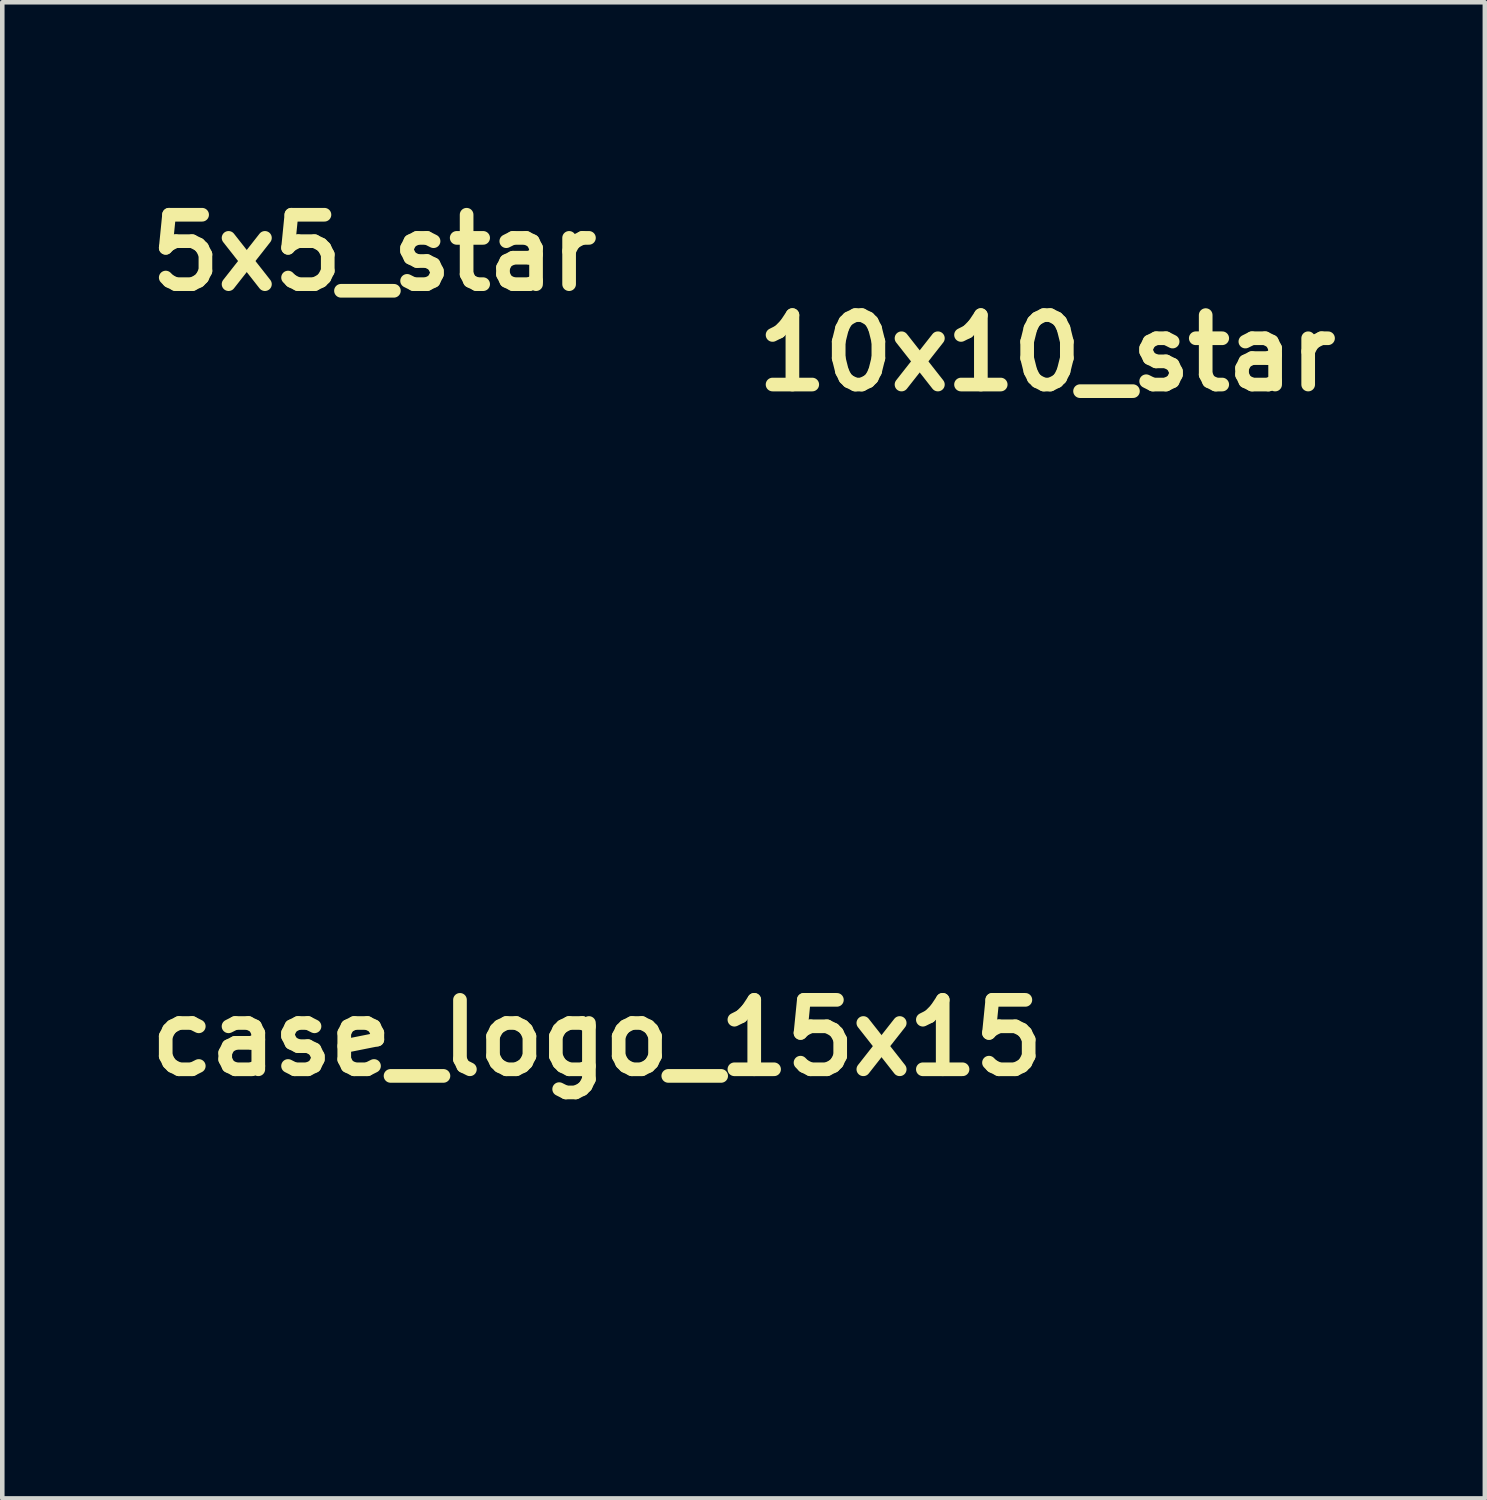
<source format=kicad_pcb>
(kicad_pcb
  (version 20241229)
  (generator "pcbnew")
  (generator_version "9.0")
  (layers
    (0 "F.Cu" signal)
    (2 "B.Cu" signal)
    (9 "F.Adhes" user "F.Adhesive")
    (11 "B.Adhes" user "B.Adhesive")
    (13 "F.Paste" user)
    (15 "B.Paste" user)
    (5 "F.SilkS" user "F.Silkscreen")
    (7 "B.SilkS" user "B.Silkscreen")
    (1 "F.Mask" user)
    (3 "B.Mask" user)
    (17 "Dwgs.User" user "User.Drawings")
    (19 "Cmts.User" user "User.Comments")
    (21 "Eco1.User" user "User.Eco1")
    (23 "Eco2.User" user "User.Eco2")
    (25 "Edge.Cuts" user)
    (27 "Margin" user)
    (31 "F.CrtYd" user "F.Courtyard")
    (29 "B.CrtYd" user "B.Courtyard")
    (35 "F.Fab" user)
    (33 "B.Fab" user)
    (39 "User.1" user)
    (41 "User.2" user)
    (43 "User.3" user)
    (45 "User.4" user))
  (footprint "5x5_star"
    (layer "F.Cu")
    (at 5.16 2.498)
    (property "Reference" "5x5_star" (at 0 0 0) (layer "F.SilkS") (effects (font (size 1.524 1.524) (thickness 0.3))))
    (attr through_hole)
    (fp_poly (pts (xy 0.01 -2.472) (xy 0.032 -2.412) (xy 0.065 -2.317) (xy 0.108 -2.191) (xy 0.158 -2.041) (xy 0.214 -1.869) (xy 0.275 -1.682) (xy 0.298 -1.611) (xy 0.361 -1.415) (xy 0.421 -1.23) (xy 0.476 -1.062) (xy 0.524 -0.916) (xy 0.564 -0.797) (xy 0.593 -0.709) (xy 0.611 -0.659) (xy 0.613 -0.653) (xy 0.644 -0.578) (xy 2.635 -0.566) (xy 1.825 0.023) (xy 1.614 0.176) (xy 1.44 0.305) (xy 1.299 0.41) (xy 1.19 0.495) (xy 1.11 0.559) (xy 1.059 0.605) (xy 1.033 0.634) (xy 1.029 0.646) (xy 1.044 0.689) (xy 1.07 0.768) (xy 1.106 0.876) (xy 1.15 1.01) (xy 1.2 1.162) (xy 1.254 1.327) (xy 1.31 1.501) (xy 1.367 1.678) (xy 1.423 1.851) (xy 1.476 2.016) (xy 1.524 2.167) (xy 1.565 2.299) (xy 1.599 2.405) (xy 1.623 2.482) (xy 1.634 2.522) (xy 1.635 2.528) (xy 1.616 2.516) (xy 1.563 2.479) (xy 1.48 2.421) (xy 1.372 2.344) (xy 1.242 2.251) (xy 1.093 2.143) (xy 0.931 2.026) (xy 0.824 1.948) (xy 0.655 1.825) (xy 0.496 1.71) (xy 0.353 1.607) (xy 0.229 1.518) (xy 0.128 1.447) (xy 0.054 1.396) (xy 0.011 1.367) (xy 0.002 1.362) (xy -0.019 1.375) (xy -0.073 1.412) (xy -0.154 1.469) (xy -0.259 1.544) (xy -0.382 1.632) (xy -0.52 1.73) (xy -0.666 1.835) (xy -0.817 1.944) (xy -0.968 2.052) (xy -1.115 2.158) (xy -1.251 2.257) (xy -1.374 2.347) (xy -1.477 2.422) (xy -1.557 2.482) (xy -1.609 2.521) (xy -1.615 2.525) (xy -1.639 2.539) (xy -1.636 2.518) (xy -1.635 2.517) (xy -1.626 2.488) (xy -1.603 2.42) (xy -1.57 2.318) (xy -1.527 2.186) (xy -1.476 2.029) (xy -1.419 1.853) (xy -1.357 1.661) (xy -1.328 1.57) (xy -1.264 1.374) (xy -1.205 1.191) (xy -1.151 1.026) (xy -1.105 0.883) (xy -1.068 0.769) (xy -1.041 0.687) (xy -1.026 0.641) (xy -1.024 0.634) (xy -1.04 0.616) (xy -1.09 0.574) (xy -1.17 0.51) (xy -1.276 0.429) (xy -1.405 0.332) (xy -1.552 0.222) (xy -1.714 0.103) (xy -1.825 0.022) (xy -2.635 -0.566) (xy -1.633 -0.572) (xy -0.631 -0.578) (xy -0.452 -1.126) (xy -0.393 -1.308) (xy -0.329 -1.504) (xy -0.266 -1.701) (xy -0.206 -1.885) (xy -0.155 -2.043) (xy -0.142 -2.083) (xy -0.101 -2.212) (xy -0.063 -2.324) (xy -0.032 -2.413) (xy -0.01 -2.472) (xy 0.001 -2.493) (xy 0.001 -2.493) (xy 0.01 -2.472)) (stroke (width 0.01) (type solid)) (fill yes) (layer "F.Mask")))
  (footprint "case_logo_15x15"
    (layer "F.Cu")
    (at 10.058 19.731)
    (property "Reference" "case_logo_15x15" (at 0 0 0) (layer "F.SilkS") (effects (font (size 1.524 1.524) (thickness 0.3))))
    (attr through_hole)
    (fp_poly (pts (xy -3.922 7.097) (xy -4.436 7.097) (xy -4.436 6.677) (xy -3.922 6.677) (xy -3.922 7.097)) (stroke (width 0.01) (type solid)) (fill yes) (layer "F.Mask"))
    (fp_poly (pts (xy 0.514 7.097) (xy 0 7.097) (xy 0 6.677) (xy 0.514 6.677) (xy 0.514 7.097)) (stroke (width 0.01) (type solid)) (fill yes) (layer "F.Mask"))
    (fp_poly (pts (xy 4.529 7.097) (xy 4.015 7.097) (xy 4.015 6.677) (xy 4.529 6.677) (xy 4.529 7.097)) (stroke (width 0.01) (type solid)) (fill yes) (layer "F.Mask"))
    (fp_poly (pts (xy 6.198 4.727) (xy 7.401 4.739) (xy 7.415 4.914) (xy 7.43 5.089) (xy 5.412 5.089) (xy 5.44 5.673) (xy 6.388 5.686) (xy 7.336 5.698) (xy 7.322 5.849) (xy 7.307 6) (xy 6.362 6.012) (xy 5.416 6.025) (xy 5.416 6.77) (xy 7.424 6.77) (xy 7.424 7.097) (xy 4.996 7.097) (xy 4.996 4.714) (xy 6.198 4.727)) (stroke (width 0.01) (type solid)) (fill yes) (layer "F.Mask"))
    (fp_poly (pts (xy -1.844 4.744) (xy -1.763 4.798) (xy -1.719 4.857) (xy -1.632 4.983) (xy -1.508 5.167) (xy -1.355 5.396) (xy -1.179 5.66) (xy -0.99 5.948) (xy -0.963 5.988) (xy -0.236 7.097) (xy -0.724 7.097) (xy -1.323 6.163) (xy -1.492 5.901) (xy -1.646 5.668) (xy -1.776 5.473) (xy -1.875 5.329) (xy -1.937 5.246) (xy -1.953 5.23) (xy -1.986 5.267) (xy -2.062 5.373) (xy -2.174 5.535) (xy -2.314 5.744) (xy -2.475 5.988) (xy -2.59 6.164) (xy -3.195 7.097) (xy -3.69 7.097) (xy -2.895 5.906) (xy -2.669 5.569) (xy -2.488 5.302) (xy -2.346 5.096) (xy -2.237 4.945) (xy -2.153 4.84) (xy -2.09 4.772) (xy -2.04 4.734) (xy -1.997 4.718) (xy -1.968 4.716) (xy -1.844 4.744)) (stroke (width 0.01) (type solid)) (fill yes) (layer "F.Mask"))
    (fp_poly (pts (xy -4.763 5.089) (xy -5.807 5.089) (xy -6.161 5.09) (xy -6.433 5.094) (xy -6.632 5.101) (xy -6.769 5.112) (xy -6.854 5.127) (xy -6.899 5.148) (xy -6.906 5.154) (xy -6.929 5.228) (xy -6.944 5.384) (xy -6.949 5.627) (xy -6.947 5.935) (xy -6.941 6.207) (xy -6.935 6.401) (xy -6.925 6.532) (xy -6.91 6.614) (xy -6.886 6.662) (xy -6.851 6.692) (xy -6.817 6.71) (xy -6.735 6.733) (xy -6.588 6.749) (xy -6.368 6.761) (xy -6.068 6.768) (xy -5.731 6.77) (xy -4.763 6.77) (xy -4.763 7.097) (xy -5.801 7.095) (xy -6.183 7.092) (xy -6.482 7.086) (xy -6.709 7.075) (xy -6.874 7.06) (xy -6.989 7.038) (xy -7.027 7.027) (xy -7.203 6.94) (xy -7.316 6.817) (xy -7.382 6.636) (xy -7.403 6.511) (xy -7.414 6.361) (xy -7.419 6.158) (xy -7.418 5.922) (xy -7.412 5.677) (xy -7.401 5.442) (xy -7.387 5.241) (xy -7.371 5.094) (xy -7.356 5.032) (xy -7.296 4.957) (xy -7.189 4.87) (xy -7.151 4.845) (xy -7.093 4.812) (xy -7.031 4.786) (xy -6.953 4.766) (xy -6.847 4.752) (xy -6.698 4.742) (xy -6.495 4.734) (xy -6.224 4.728) (xy -5.872 4.723) (xy -5.871 4.723) (xy -4.763 4.706) (xy -4.763 5.089)) (stroke (width 0.01) (type solid)) (fill yes) (layer "F.Mask"))
    (fp_poly (pts (xy 3.595 5.089) (xy 2.525 5.089) (xy 2.173 5.09) (xy 1.904 5.093) (xy 1.704 5.099) (xy 1.564 5.108) (xy 1.47 5.122) (xy 1.412 5.141) (xy 1.381 5.163) (xy 1.319 5.284) (xy 1.315 5.439) (xy 1.356 5.559) (xy 1.38 5.593) (xy 1.42 5.616) (xy 1.49 5.633) (xy 1.603 5.642) (xy 1.775 5.648) (xy 2.018 5.649) (xy 2.19 5.65) (xy 2.579 5.653) (xy 2.886 5.664) (xy 3.124 5.684) (xy 3.305 5.717) (xy 3.441 5.763) (xy 3.543 5.824) (xy 3.607 5.884) (xy 3.676 5.971) (xy 3.715 6.06) (xy 3.732 6.183) (xy 3.735 6.349) (xy 3.722 6.603) (xy 3.677 6.785) (xy 3.594 6.912) (xy 3.481 6.996) (xy 3.424 7.02) (xy 3.346 7.04) (xy 3.234 7.055) (xy 3.078 7.066) (xy 2.866 7.075) (xy 2.587 7.082) (xy 2.228 7.087) (xy 2.136 7.088) (xy 0.934 7.103) (xy 0.934 6.77) (xy 1.996 6.77) (xy 2.376 6.768) (xy 2.673 6.764) (xy 2.898 6.754) (xy 3.06 6.735) (xy 3.171 6.704) (xy 3.241 6.66) (xy 3.28 6.599) (xy 3.298 6.518) (xy 3.306 6.432) (xy 3.313 6.291) (xy 3.305 6.187) (xy 3.271 6.114) (xy 3.198 6.067) (xy 3.074 6.04) (xy 2.888 6.027) (xy 2.628 6.023) (xy 2.433 6.023) (xy 2.044 6.02) (xy 1.736 6.009) (xy 1.498 5.988) (xy 1.317 5.956) (xy 1.181 5.91) (xy 1.079 5.849) (xy 1.016 5.789) (xy 0.94 5.692) (xy 0.902 5.59) (xy 0.888 5.446) (xy 0.887 5.369) (xy 0.894 5.199) (xy 0.921 5.084) (xy 0.981 4.988) (xy 1.016 4.949) (xy 1.091 4.881) (xy 1.188 4.827) (xy 1.318 4.785) (xy 1.491 4.755) (xy 1.718 4.735) (xy 2.009 4.723) (xy 2.377 4.717) (xy 2.65 4.716) (xy 3.595 4.716) (xy 3.595 5.089)) (stroke (width 0.01) (type solid)) (fill yes) (layer "F.Mask"))
    (fp_poly (pts (xy 0.187 -6.794) (xy 0.188 -6.587) (xy 0.195 -6.456) (xy 0.211 -6.385) (xy 0.24 -6.355) (xy 0.274 -6.35) (xy 0.37 -6.324) (xy 0.436 -6.236) (xy 0.482 -6.073) (xy 0.49 -6.023) (xy 0.547 -5.781) (xy 0.625 -5.628) (xy 0.73 -5.565) (xy 0.865 -5.588) (xy 1.035 -5.698) (xy 1.146 -5.796) (xy 1.399 -6.035) (xy 1.645 -5.886) (xy 1.804 -5.785) (xy 1.951 -5.683) (xy 2.025 -5.628) (xy 2.159 -5.521) (xy 2.06 -5.257) (xy 1.984 -5.017) (xy 1.965 -4.846) (xy 2.007 -4.738) (xy 2.113 -4.685) (xy 2.287 -4.681) (xy 2.347 -4.687) (xy 2.559 -4.714) (xy 2.7 -4.724) (xy 2.792 -4.707) (xy 2.858 -4.652) (xy 2.919 -4.55) (xy 2.998 -4.391) (xy 2.999 -4.389) (xy 3.08 -4.218) (xy 3.141 -4.073) (xy 3.172 -3.978) (xy 3.174 -3.963) (xy 3.14 -3.898) (xy 3.048 -3.801) (xy 2.919 -3.693) (xy 2.918 -3.693) (xy 2.773 -3.575) (xy 2.694 -3.484) (xy 2.663 -3.4) (xy 2.661 -3.367) (xy 2.68 -3.261) (xy 2.745 -3.172) (xy 2.871 -3.089) (xy 3.073 -2.998) (xy 3.095 -2.99) (xy 3.365 -2.883) (xy 3.334 -2.609) (xy 3.303 -2.335) (xy 3.595 -2.335) (xy 3.595 3.689) (xy 3.222 3.689) (xy 3.222 -2.008) (xy -0.187 -2.008) (xy -0.187 -2.335) (xy 0.187 -2.335) (xy 0.671 -2.335) (xy 0.902 -2.337) (xy 1.056 -2.348) (xy 1.153 -2.367) (xy 1.208 -2.399) (xy 1.219 -2.41) (xy 1.259 -2.507) (xy 1.287 -2.669) (xy 1.3 -2.865) (xy 1.298 -3.069) (xy 1.28 -3.252) (xy 1.263 -3.329) (xy 1.14 -3.608) (xy 0.944 -3.862) (xy 0.695 -4.073) (xy 0.413 -4.22) (xy 0.331 -4.248) (xy 0.187 -4.289) (xy 0.187 -2.335) (xy -0.187 -2.335) (xy -0.187 -6.864) (xy -0.459 -6.864) (xy -0.91 -6.82) (xy -1.363 -6.695) (xy -1.797 -6.498) (xy -2.192 -6.237) (xy -2.409 -6.047) (xy -2.608 -5.831) (xy -2.769 -5.611) (xy -2.896 -5.371) (xy -2.995 -5.098) (xy -3.07 -4.778) (xy -3.125 -4.396) (xy -3.167 -3.939) (xy -3.175 -3.819) (xy -3.205 -3.416) (xy -3.239 -3.084) (xy -3.284 -2.804) (xy -3.344 -2.552) (xy -3.425 -2.309) (xy -3.533 -2.053) (xy -3.672 -1.761) (xy -3.716 -1.672) (xy -3.794 -1.507) (xy -3.85 -1.366) (xy -3.875 -1.276) (xy -3.875 -1.27) (xy -3.833 -1.161) (xy -3.704 -1.036) (xy -3.486 -0.891) (xy -3.447 -0.868) (xy -3.29 -0.764) (xy -3.179 -0.65) (xy -3.103 -0.503) (xy -3.047 -0.301) (xy -3.012 -0.099) (xy -2.961 0.209) (xy -2.906 0.444) (xy -2.84 0.626) (xy -2.758 0.775) (xy -2.656 0.906) (xy -2.426 1.103) (xy -2.113 1.263) (xy -1.718 1.388) (xy -1.238 1.477) (xy -0.805 1.522) (xy -0.374 1.554) (xy -0.374 3.689) (xy -0.745 3.689) (xy -0.758 2.791) (xy -0.77 1.894) (xy -1.191 1.842) (xy -1.639 1.774) (xy -2.01 1.689) (xy -2.317 1.581) (xy -2.576 1.446) (xy -2.8 1.277) (xy -2.842 1.239) (xy -3.037 1.018) (xy -3.179 0.761) (xy -3.278 0.449) (xy -3.321 0.226) (xy -3.363 -0.033) (xy -3.399 -0.219) (xy -3.439 -0.349) (xy -3.493 -0.44) (xy -3.568 -0.513) (xy -3.676 -0.583) (xy -3.758 -0.632) (xy -3.941 -0.749) (xy -4.061 -0.858) (xy -4.145 -0.983) (xy -4.16 -1.013) (xy -4.211 -1.137) (xy -4.233 -1.256) (xy -4.222 -1.386) (xy -4.175 -1.545) (xy -4.088 -1.752) (xy -3.969 -2.003) (xy -3.841 -2.272) (xy -3.746 -2.503) (xy -3.676 -2.718) (xy -3.626 -2.943) (xy -3.59 -3.2) (xy -3.563 -3.514) (xy -3.549 -3.714) (xy -3.521 -4.112) (xy -3.491 -4.436) (xy -3.455 -4.706) (xy -3.411 -4.939) (xy -3.356 -5.156) (xy -3.31 -5.308) (xy -3.126 -5.727) (xy -2.864 -6.105) (xy -2.533 -6.438) (xy -2.14 -6.72) (xy -1.695 -6.947) (xy -1.206 -7.111) (xy -0.681 -7.21) (xy -0.222 -7.237) (xy 0.187 -7.237) (xy 0.187 -6.794)) (stroke (width 0.01) (type solid)) (fill yes) (layer "F.Mask")))
  (footprint "10x10_star"
    (layer "F.Cu")
    (at 19.931 4.701)
    (property "Reference" "10x10_star" (at 0 0 0) (layer "F.SilkS") (effects (font (size 1.524 1.524) (thickness 0.3))))
    (attr through_hole)
    (fp_poly (pts (xy 0.02 -4.656) (xy 0.061 -4.542) (xy 0.123 -4.363) (xy 0.203 -4.127) (xy 0.297 -3.844) (xy 0.403 -3.521) (xy 0.518 -3.168) (xy 0.561 -3.034) (xy 0.68 -2.665) (xy 0.793 -2.317) (xy 0.897 -2.001) (xy 0.987 -1.725) (xy 1.062 -1.501) (xy 1.117 -1.336) (xy 1.15 -1.242) (xy 1.155 -1.229) (xy 1.213 -1.088) (xy 3.088 -1.077) (xy 4.963 -1.066) (xy 3.437 0.042) (xy 3.041 0.332) (xy 2.712 0.574) (xy 2.447 0.773) (xy 2.241 0.932) (xy 2.091 1.052) (xy 1.994 1.139) (xy 1.945 1.194) (xy 1.937 1.217) (xy 1.966 1.298) (xy 2.016 1.446) (xy 2.084 1.651) (xy 2.167 1.902) (xy 2.26 2.188) (xy 2.362 2.5) (xy 2.468 2.828) (xy 2.575 3.16) (xy 2.68 3.486) (xy 2.779 3.797) (xy 2.87 4.082) (xy 2.949 4.33) (xy 3.012 4.531) (xy 3.056 4.675) (xy 3.078 4.751) (xy 3.08 4.761) (xy 3.043 4.739) (xy 2.943 4.67) (xy 2.788 4.561) (xy 2.584 4.415) (xy 2.339 4.239) (xy 2.06 4.037) (xy 1.754 3.815) (xy 1.553 3.669) (xy 1.233 3.437) (xy 0.935 3.221) (xy 0.665 3.027) (xy 0.431 2.86) (xy 0.241 2.726) (xy 0.102 2.629) (xy 0.021 2.575) (xy 0.003 2.566) (xy -0.036 2.591) (xy -0.137 2.66) (xy -0.29 2.768) (xy -0.488 2.908) (xy -0.72 3.073) (xy -0.979 3.258) (xy -1.255 3.456) (xy -1.539 3.661) (xy -1.824 3.866) (xy -2.099 4.065) (xy -2.357 4.252) (xy -2.587 4.42) (xy -2.783 4.563) (xy -2.933 4.675) (xy -3.031 4.748) (xy -3.042 4.757) (xy -3.086 4.783) (xy -3.081 4.742) (xy -3.08 4.741) (xy -3.062 4.686) (xy -3.02 4.558) (xy -2.957 4.366) (xy -2.877 4.117) (xy -2.781 3.822) (xy -2.673 3.49) (xy -2.556 3.129) (xy -2.501 2.958) (xy -2.381 2.587) (xy -2.269 2.242) (xy -2.169 1.932) (xy -2.082 1.664) (xy -2.012 1.448) (xy -1.961 1.293) (xy -1.933 1.208) (xy -1.928 1.194) (xy -1.959 1.16) (xy -2.053 1.081) (xy -2.204 0.961) (xy -2.404 0.808) (xy -2.646 0.625) (xy -2.923 0.418) (xy -3.229 0.194) (xy -3.437 0.042) (xy -4.963 -1.066) (xy -3.076 -1.077) (xy -1.189 -1.088) (xy -0.852 -2.121) (xy -0.74 -2.464) (xy -0.62 -2.833) (xy -0.5 -3.204) (xy -0.388 -3.55) (xy -0.293 -3.847) (xy -0.268 -3.924) (xy -0.19 -4.167) (xy -0.119 -4.378) (xy -0.06 -4.545) (xy -0.019 -4.656) (xy 0.002 -4.696) (xy 0.002 -4.696) (xy 0.02 -4.656)) (stroke (width 0.01) (type solid)) (fill yes) (layer "F.Mask")))
  (gr_rect
    (start -3 -3)
    (end 29.542 29.839)
    (stroke (width 0.1) (type default))
    (fill no)
    (layer "Edge.Cuts")))
</source>
